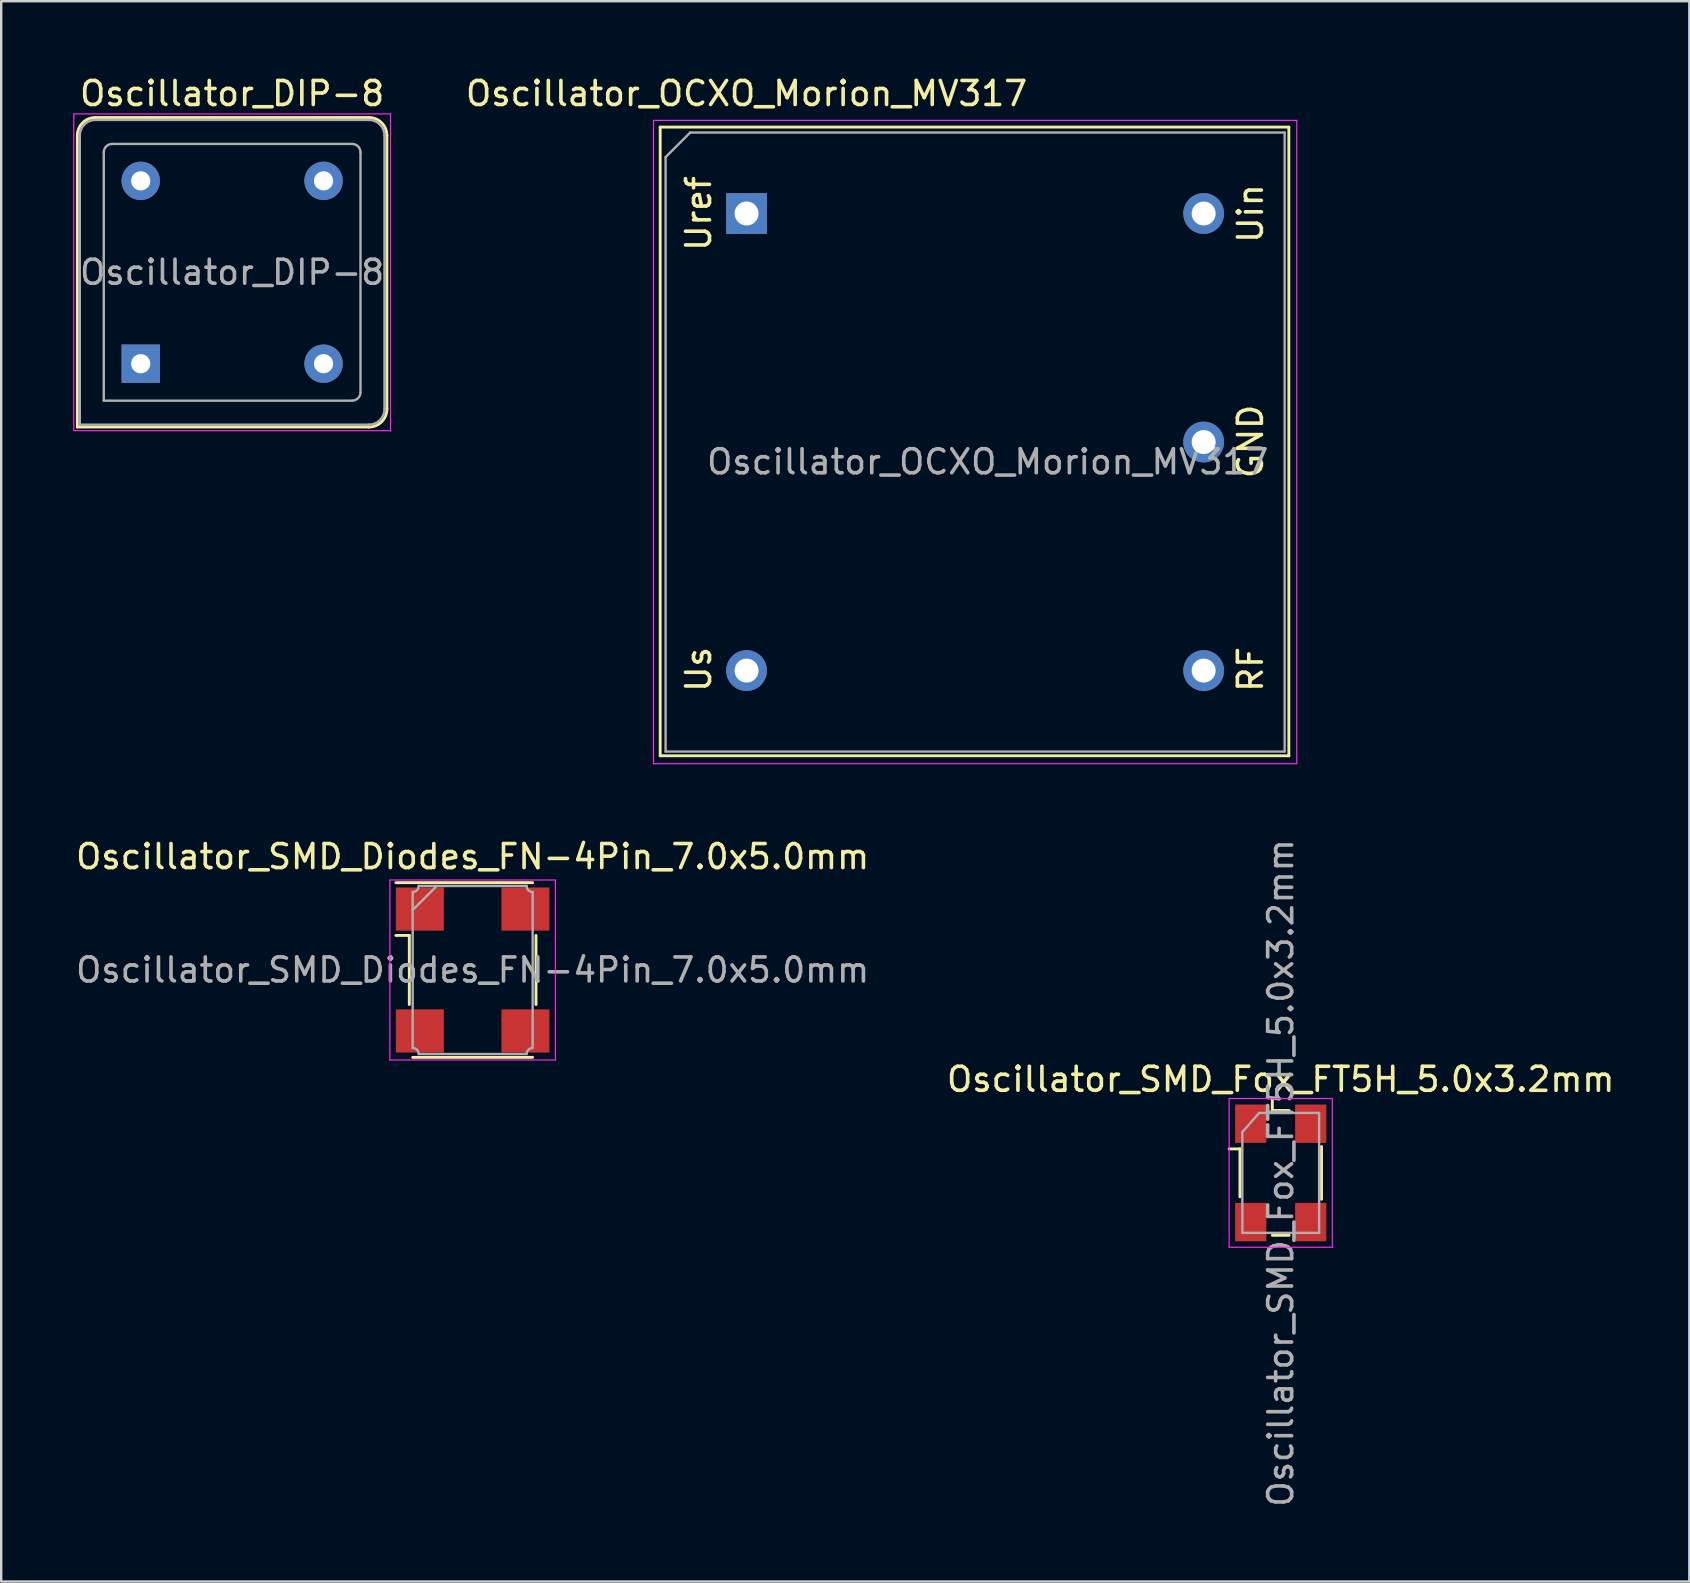
<source format=kicad_pcb>
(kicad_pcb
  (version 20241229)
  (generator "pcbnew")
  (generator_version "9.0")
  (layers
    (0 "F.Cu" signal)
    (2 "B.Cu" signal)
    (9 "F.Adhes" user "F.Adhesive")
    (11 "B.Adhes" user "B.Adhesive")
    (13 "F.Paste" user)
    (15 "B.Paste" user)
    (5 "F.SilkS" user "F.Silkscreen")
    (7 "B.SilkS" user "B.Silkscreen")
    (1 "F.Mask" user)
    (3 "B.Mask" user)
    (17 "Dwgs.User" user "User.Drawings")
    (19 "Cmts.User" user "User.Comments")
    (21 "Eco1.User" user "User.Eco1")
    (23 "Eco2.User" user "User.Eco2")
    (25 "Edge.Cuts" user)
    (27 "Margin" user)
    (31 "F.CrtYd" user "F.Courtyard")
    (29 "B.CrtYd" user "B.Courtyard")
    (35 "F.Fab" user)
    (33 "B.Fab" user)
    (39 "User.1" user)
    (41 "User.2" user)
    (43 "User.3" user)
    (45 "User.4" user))
  (footprint "Oscillator_SMD_Diodes_FN-4Pin_7.0x5.0mm"
    (layer "F.Cu")
    (at 16.649 37.377)
    (property "Reference" "Oscillator_SMD_Diodes_FN-4Pin_7.0x5.0mm" (at 0 -4.725 0) (layer "F.SilkS") (effects (font (size 1 1) (thickness 0.15))))
    (attr smd)
    (fp_line (start -3.2 -3.64) (end 2.5 -3.64) (stroke (width 0.12) (type solid)) (layer "F.SilkS"))
    (fp_line (start -2.64 -1.44) (end -3.2 -1.44) (stroke (width 0.12) (type solid)) (layer "F.SilkS"))
    (fp_line (start -2.64 -1.44) (end -2.64 1.44) (stroke (width 0.12) (type solid)) (layer "F.SilkS"))
    (fp_line (start -2.5 3.64) (end 2.5 3.64) (stroke (width 0.12) (type solid)) (layer "F.SilkS"))
    (fp_line (start 2.64 -1.44) (end 2.64 1.44) (stroke (width 0.12) (type solid)) (layer "F.SilkS"))
    (fp_line (start -3.45 -3.75) (end 3.45 -3.75) (stroke (width 0.05) (type solid)) (layer "F.CrtYd"))
    (fp_line (start -3.45 3.75) (end -3.45 -3.75) (stroke (width 0.05) (type solid)) (layer "F.CrtYd"))
    (fp_line (start 3.45 -3.75) (end 3.45 3.75) (stroke (width 0.05) (type solid)) (layer "F.CrtYd"))
    (fp_line (start 3.45 3.75) (end -3.45 3.75) (stroke (width 0.05) (type solid)) (layer "F.CrtYd"))
    (fp_line (start -2.5 -2.5) (end -1.5 -3.5) (stroke (width 0.1) (type solid)) (layer "F.Fab"))
    (fp_line (start -2.5 3.25) (end -2.5 -3.25) (stroke (width 0.1) (type solid)) (layer "F.Fab"))
    (fp_line (start -2.25 -3.5) (end 2.25 -3.5) (stroke (width 0.1) (type solid)) (layer "F.Fab"))
    (fp_line (start -2.25 3.5) (end 2.25 3.5) (stroke (width 0.1) (type solid)) (layer "F.Fab"))
    (fp_line (start 2.5 -3.25) (end 2.5 3.25) (stroke (width 0.1) (type solid)) (layer "F.Fab"))
    (fp_arc (start -2.5 3.25) (mid -2.323223 3.323223) (end -2.25 3.5) (stroke (width 0.1) (type solid)) (layer "F.Fab"))
    (fp_arc (start -2.25 -3.5) (mid -2.323223 -3.323223) (end -2.5 -3.25) (stroke (width 0.1) (type solid)) (layer "F.Fab"))
    (fp_arc (start 2.25 3.5) (mid 2.323223 3.323223) (end 2.5 3.25) (stroke (width 0.1) (type solid)) (layer "F.Fab"))
    (fp_arc (start 2.5 -3.25) (mid 2.323223 -3.323223) (end 2.25 -3.5) (stroke (width 0.1) (type solid)) (layer "F.Fab"))
    (fp_text user "${REFERENCE}" (at 0 0 0) (layer "F.Fab") (effects (font (size 1 1) (thickness 0.15))))
    (pad "1" smd rect (at -2.2 -2.54) (size 2 1.8) (layers "F.Cu" "F.Mask" "F.Paste"))
    (pad "2" smd rect (at -2.2 2.54) (size 2 1.8) (layers "F.Cu" "F.Mask" "F.Paste"))
    (pad "3" smd rect (at 2.2 2.54) (size 2 1.8) (layers "F.Cu" "F.Mask" "F.Paste"))
    (pad "4" smd rect (at 2.2 -2.54) (size 2 1.8) (layers "F.Cu" "F.Mask" "F.Paste")))
  (footprint "Oscillator_SMD_Fox_FT5H_5.0x3.2mm"
    (layer "F.Cu")
    (at 50.327 45.833)
    (property "Reference" "Oscillator_SMD_Fox_FT5H_5.0x3.2mm" (at 0 -3.9 0) (layer "F.SilkS") (effects (font (size 1 1) (thickness 0.15))))
    (attr smd)
    (fp_line (start -1.7 -1) (end -2.15 -1) (stroke (width 0.12) (type solid)) (layer "F.SilkS"))
    (fp_line (start -1.7 1) (end -1.7 -1) (stroke (width 0.12) (type solid)) (layer "F.SilkS"))
    (fp_line (start -0.35 -2.6) (end -0.35 -3.1) (stroke (width 0.12) (type solid)) (layer "F.SilkS"))
    (fp_line (start -0.35 -2.6) (end 0.35 -2.6) (stroke (width 0.12) (type solid)) (layer "F.SilkS"))
    (fp_line (start 0.35 2.6) (end -0.35 2.6) (stroke (width 0.12) (type solid)) (layer "F.SilkS"))
    (fp_line (start 1.7 -1.1) (end 1.7 1.1) (stroke (width 0.12) (type solid)) (layer "F.SilkS"))
    (fp_line (start -2.15 -3.1) (end 2.15 -3.1) (stroke (width 0.05) (type solid)) (layer "F.CrtYd"))
    (fp_line (start -2.15 3.1) (end -2.15 -3.1) (stroke (width 0.05) (type solid)) (layer "F.CrtYd"))
    (fp_line (start 2.15 -3.1) (end 2.15 3.1) (stroke (width 0.05) (type solid)) (layer "F.CrtYd"))
    (fp_line (start 2.15 3.1) (end -2.15 3.1) (stroke (width 0.05) (type solid)) (layer "F.CrtYd"))
    (fp_line (start -1.6 -1.7) (end -0.9 -2.5) (stroke (width 0.1) (type solid)) (layer "F.Fab"))
    (fp_line (start -1.6 2.5) (end -1.6 -1.7) (stroke (width 0.1) (type solid)) (layer "F.Fab"))
    (fp_line (start -0.9 -2.5) (end 1.6 -2.5) (stroke (width 0.1) (type solid)) (layer "F.Fab"))
    (fp_line (start 1.6 -2.5) (end 1.6 2.5) (stroke (width 0.1) (type solid)) (layer "F.Fab"))
    (fp_line (start 1.6 2.5) (end -1.6 2.5) (stroke (width 0.1) (type solid)) (layer "F.Fab"))
    (fp_text user "${REFERENCE}" (at 0 0 270) (layer "F.Fab") (effects (font (size 1 1) (thickness 0.15))))
    (pad "1" smd rect (at -1.25 -2.05 270) (size 1.6 1.3) (layers "F.Cu" "F.Mask" "F.Paste"))
    (pad "2" smd rect (at -1.25 2.05 270) (size 1.6 1.3) (layers "F.Cu" "F.Mask" "F.Paste"))
    (pad "3" smd rect (at 1.25 2.05 270) (size 1.6 1.3) (layers "F.Cu" "F.Mask" "F.Paste"))
    (pad "4" smd rect (at 1.25 -2.05 270) (size 1.6 1.3) (layers "F.Cu" "F.Mask" "F.Paste")))
  (footprint "Oscillator_DIP-8"
    (layer "F.Cu")
    (at 2.815 12.108)
    (property "Reference" "Oscillator_DIP-8" (at 3.81 -11.26 0) (layer "F.SilkS") (effects (font (size 1 1) (thickness 0.15))))
    (attr through_hole)
    (fp_line (start -2.64 -9.51) (end -2.64 2.64) (stroke (width 0.12) (type solid)) (layer "F.SilkS"))
    (fp_line (start -2.64 2.64) (end 9.51 2.64) (stroke (width 0.12) (type solid)) (layer "F.SilkS"))
    (fp_line (start 9.51 -10.26) (end -1.89 -10.26) (stroke (width 0.12) (type solid)) (layer "F.SilkS"))
    (fp_line (start 10.26 1.89) (end 10.26 -9.51) (stroke (width 0.12) (type solid)) (layer "F.SilkS"))
    (fp_arc (start -2.64 -9.51) (mid -2.42033 -10.04033) (end -1.89 -10.26) (stroke (width 0.12) (type solid)) (layer "F.SilkS"))
    (fp_arc (start 9.51 -10.26) (mid 10.04033 -10.04033) (end 10.26 -9.51) (stroke (width 0.12) (type solid)) (layer "F.SilkS"))
    (fp_arc (start 10.26 1.89) (mid 10.04033 2.42033) (end 9.51 2.64) (stroke (width 0.12) (type solid)) (layer "F.SilkS"))
    (fp_line (start -2.79 -10.41) (end -2.79 2.79) (stroke (width 0.05) (type solid)) (layer "F.CrtYd"))
    (fp_line (start -2.79 2.79) (end 10.41 2.79) (stroke (width 0.05) (type solid)) (layer "F.CrtYd"))
    (fp_line (start 10.41 -10.41) (end -2.79 -10.41) (stroke (width 0.05) (type solid)) (layer "F.CrtYd"))
    (fp_line (start 10.41 2.79) (end 10.41 -10.41) (stroke (width 0.05) (type solid)) (layer "F.CrtYd"))
    (fp_line (start -2.54 2.54) (end -2.54 -9.51) (stroke (width 0.1) (type solid)) (layer "F.Fab"))
    (fp_line (start -2.54 2.54) (end 9.51 2.54) (stroke (width 0.1) (type solid)) (layer "F.Fab"))
    (fp_line (start -1.89 -10.16) (end 9.51 -10.16) (stroke (width 0.1) (type solid)) (layer "F.Fab"))
    (fp_line (start -1.54 1.54) (end -1.54 -8.81) (stroke (width 0.1) (type solid)) (layer "F.Fab"))
    (fp_line (start -1.54 1.54) (end 8.81 1.54) (stroke (width 0.1) (type solid)) (layer "F.Fab"))
    (fp_line (start -1.19 -9.16) (end 8.81 -9.16) (stroke (width 0.1) (type solid)) (layer "F.Fab"))
    (fp_line (start 9.16 1.19) (end 9.16 -8.81) (stroke (width 0.1) (type solid)) (layer "F.Fab"))
    (fp_line (start 10.16 -9.51) (end 10.16 1.89) (stroke (width 0.1) (type solid)) (layer "F.Fab"))
    (fp_arc (start -2.54 -9.51) (mid -2.349619 -9.969619) (end -1.89 -10.16) (stroke (width 0.1) (type solid)) (layer "F.Fab"))
    (fp_arc (start -1.54 -8.81) (mid -1.437487 -9.057487) (end -1.19 -9.16) (stroke (width 0.1) (type solid)) (layer "F.Fab"))
    (fp_arc (start 8.81 -9.16) (mid 9.057487 -9.057487) (end 9.16 -8.81) (stroke (width 0.1) (type solid)) (layer "F.Fab"))
    (fp_arc (start 9.16 1.19) (mid 9.057487 1.437487) (end 8.81 1.54) (stroke (width 0.1) (type solid)) (layer "F.Fab"))
    (fp_arc (start 9.51 -10.16) (mid 9.969619 -9.969619) (end 10.16 -9.51) (stroke (width 0.1) (type solid)) (layer "F.Fab"))
    (fp_arc (start 10.16 1.89) (mid 9.969619 2.349619) (end 9.51 2.54) (stroke (width 0.1) (type solid)) (layer "F.Fab"))
    (fp_text user "${REFERENCE}" (at 3.81 -3.81 0) (layer "F.Fab") (effects (font (size 1 1) (thickness 0.15))))
    (pad "1" thru_hole rect (at 0 0) (size 1.6 1.6) (drill 0.8) (layers "*.Cu" "*.Mask"))
    (pad "4" thru_hole circle (at 7.62 0) (size 1.6 1.6) (drill 0.8) (layers "*.Cu" "*.Mask"))
    (pad "5" thru_hole circle (at 7.62 -7.62) (size 1.6 1.6) (drill 0.8) (layers "*.Cu" "*.Mask"))
    (pad "8" thru_hole circle (at 0 -7.62) (size 1.6 1.6) (drill 0.8) (layers "*.Cu" "*.Mask")))
  (footprint "Oscillator_OCXO_Morion_MV317"
    (layer "F.Cu")
    (at 28.065 5.848)
    (property "Reference" "Oscillator_OCXO_Morion_MV317" (at 0 -5 0) (layer "F.SilkS") (effects (font (size 1 1) (thickness 0.15))))
    (attr through_hole)
    (fp_line (start -3.6 -3.6) (end -3.6 22.6) (stroke (width 0.12) (type solid)) (layer "F.SilkS"))
    (fp_line (start -3.6 22.6) (end 22.6 22.6) (stroke (width 0.12) (type solid)) (layer "F.SilkS"))
    (fp_line (start 22.6 -3.6) (end -3.6 -3.6) (stroke (width 0.12) (type solid)) (layer "F.SilkS"))
    (fp_line (start 22.6 22.6) (end 22.6 -3.6) (stroke (width 0.12) (type solid)) (layer "F.SilkS"))
    (fp_line (start -3.88 -3.88) (end -3.88 22.93) (stroke (width 0.05) (type solid)) (layer "F.CrtYd"))
    (fp_line (start -3.88 -3.88) (end 22.93 -3.88) (stroke (width 0.05) (type solid)) (layer "F.CrtYd"))
    (fp_line (start 22.93 22.93) (end -3.88 22.93) (stroke (width 0.05) (type solid)) (layer "F.CrtYd"))
    (fp_line (start 22.93 22.93) (end 22.93 -3.88) (stroke (width 0.05) (type solid)) (layer "F.CrtYd"))
    (fp_line (start -3.375 -2.35) (end -2.35 -3.375) (stroke (width 0.1) (type solid)) (layer "F.Fab"))
    (fp_line (start -3.375 22.425) (end -3.375 -2.35) (stroke (width 0.1) (type solid)) (layer "F.Fab"))
    (fp_line (start -2.35 -3.375) (end 22.425 -3.375) (stroke (width 0.1) (type solid)) (layer "F.Fab"))
    (fp_line (start 22.425 -3.375) (end 22.425 22.425) (stroke (width 0.1) (type solid)) (layer "F.Fab"))
    (fp_line (start 22.425 22.425) (end -3.375 22.425) (stroke (width 0.1) (type solid)) (layer "F.Fab"))
    (fp_text user "Uref" (at -2 0 270) (layer "F.SilkS") (effects (font (size 1 1) (thickness 0.15))))
    (fp_text user "Us" (at -2 19 270) (layer "F.SilkS") (effects (font (size 1 1) (thickness 0.15))))
    (fp_text user "GND" (at 21 9.5 270) (layer "F.SilkS") (effects (font (size 1 1) (thickness 0.15))))
    (fp_text user "RF" (at 21 19 270) (layer "F.SilkS") (effects (font (size 1 1) (thickness 0.15))))
    (fp_text user "Uin" (at 21 0 270) (layer "F.SilkS") (effects (font (size 1 1) (thickness 0.15))))
    (fp_text user "${REFERENCE}" (at 10.05 10.35 0) (layer "F.Fab") (effects (font (size 1 1) (thickness 0.15))))
    (pad "1" thru_hole rect (at 0 0 270) (size 1.7 1.7) (drill 1) (layers "*.Cu" "*.Mask"))
    (pad "2" thru_hole circle (at 0 19.05 270) (size 1.7 1.7) (drill 1) (layers "*.Cu" "*.Mask"))
    (pad "3" thru_hole circle (at 19.05 19.05 270) (size 1.7 1.7) (drill 1) (layers "*.Cu" "*.Mask"))
    (pad "4" thru_hole circle (at 19.05 9.525 270) (size 1.7 1.7) (drill 1) (layers "*.Cu" "*.Mask"))
    (pad "5" thru_hole circle (at 19.05 0 270) (size 1.7 1.7) (drill 1) (layers "*.Cu" "*.Mask")))
  (gr_rect
    (start -3 -3)
    (end 67.357 62.863)
    (stroke (width 0.1) (type default))
    (fill no)
    (layer "Edge.Cuts")))
</source>
